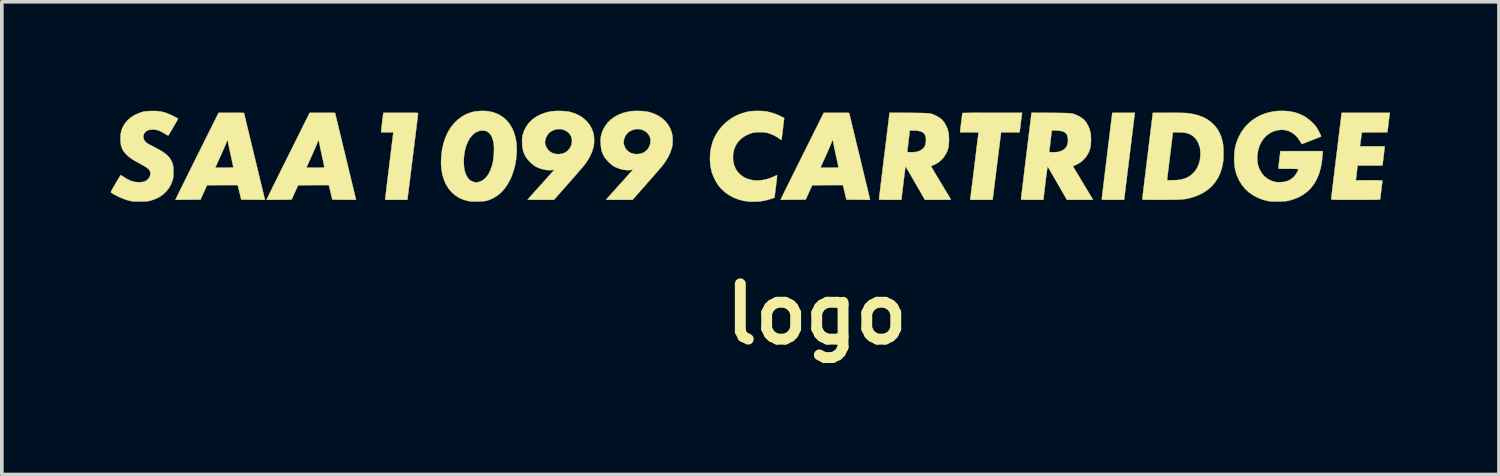
<source format=kicad_pcb>
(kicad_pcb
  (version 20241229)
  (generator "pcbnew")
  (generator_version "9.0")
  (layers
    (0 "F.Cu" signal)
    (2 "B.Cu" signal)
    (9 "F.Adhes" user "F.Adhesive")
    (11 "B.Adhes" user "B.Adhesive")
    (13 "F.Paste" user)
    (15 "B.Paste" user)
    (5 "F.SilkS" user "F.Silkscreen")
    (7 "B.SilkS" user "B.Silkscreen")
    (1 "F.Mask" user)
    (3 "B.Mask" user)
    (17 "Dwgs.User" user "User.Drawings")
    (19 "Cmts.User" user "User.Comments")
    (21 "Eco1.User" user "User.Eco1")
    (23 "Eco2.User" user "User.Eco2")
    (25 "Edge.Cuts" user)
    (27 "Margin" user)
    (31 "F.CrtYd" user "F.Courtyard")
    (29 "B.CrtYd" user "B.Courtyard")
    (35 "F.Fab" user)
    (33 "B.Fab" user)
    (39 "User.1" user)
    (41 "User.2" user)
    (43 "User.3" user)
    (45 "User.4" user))
  (footprint "logo"
    (layer "F.Cu")
    (at 19.451 5.604)
    (property "Reference" "logo" (at 0 0 0) (layer "F.SilkS") (effects (font (size 1.524 1.524) (thickness 0.3))))
    (attr through_hole)
    (fp_poly (pts (xy 8.469 -3.15) (xy 8.161 -3.15) (xy 8.07 -3.15) (xy 7.997 -3.15) (xy 7.942 -3.151) (xy 7.901 -3.153) (xy 7.874 -3.155) (xy 7.859 -3.158) (xy 7.853 -3.162) (xy 7.853 -3.162) (xy 7.854 -3.174) (xy 7.858 -3.204) (xy 7.863 -3.252) (xy 7.871 -3.317) (xy 7.881 -3.396) (xy 7.892 -3.49) (xy 7.905 -3.596) (xy 7.919 -3.713) (xy 7.934 -3.841) (xy 7.951 -3.977) (xy 7.969 -4.121) (xy 7.987 -4.271) (xy 7.998 -4.361) (xy 8.143 -5.547) (xy 8.764 -5.547) (xy 8.469 -3.15)) (stroke (width 0.01) (type solid)) (fill yes) (layer "F.SilkS"))
    (fp_poly (pts (xy -11.349 -5.547) (xy -11.257 -5.547) (xy -11.182 -5.547) (xy -11.122 -5.547) (xy -11.075 -5.546) (xy -11.041 -5.545) (xy -11.016 -5.543) (xy -10.999 -5.541) (xy -10.99 -5.538) (xy -10.985 -5.535) (xy -10.983 -5.53) (xy -10.983 -5.527) (xy -10.984 -5.515) (xy -10.988 -5.484) (xy -10.993 -5.436) (xy -11.001 -5.372) (xy -11.011 -5.295) (xy -11.022 -5.205) (xy -11.034 -5.105) (xy -11.047 -4.995) (xy -11.062 -4.877) (xy -11.077 -4.753) (xy -11.093 -4.624) (xy -11.109 -4.493) (xy -11.126 -4.359) (xy -11.143 -4.226) (xy -11.159 -4.094) (xy -11.175 -3.965) (xy -11.191 -3.841) (xy -11.205 -3.723) (xy -11.219 -3.613) (xy -11.232 -3.511) (xy -11.243 -3.421) (xy -11.253 -3.343) (xy -11.261 -3.279) (xy -11.268 -3.231) (xy -11.272 -3.199) (xy -11.273 -3.188) (xy -11.279 -3.15) (xy -11.887 -3.15) (xy -11.887 -3.172) (xy -11.886 -3.185) (xy -11.882 -3.216) (xy -11.877 -3.264) (xy -11.87 -3.327) (xy -11.861 -3.403) (xy -11.85 -3.49) (xy -11.839 -3.586) (xy -11.826 -3.69) (xy -11.813 -3.8) (xy -11.799 -3.915) (xy -11.784 -4.032) (xy -11.77 -4.149) (xy -11.756 -4.265) (xy -11.742 -4.378) (xy -11.729 -4.487) (xy -11.716 -4.589) (xy -11.705 -4.683) (xy -11.694 -4.767) (xy -11.685 -4.839) (xy -11.678 -4.897) (xy -11.672 -4.94) (xy -11.669 -4.966) (xy -11.668 -4.971) (xy -11.662 -5.009) (xy -11.999 -5.009) (xy -11.999 -5.038) (xy -11.998 -5.055) (xy -11.994 -5.09) (xy -11.989 -5.137) (xy -11.983 -5.193) (xy -11.976 -5.254) (xy -11.969 -5.317) (xy -11.961 -5.377) (xy -11.954 -5.432) (xy -11.948 -5.476) (xy -11.944 -5.508) (xy -11.943 -5.514) (xy -11.937 -5.547) (xy -11.46 -5.547) (xy -11.349 -5.547)) (stroke (width 0.01) (type solid)) (fill yes) (layer "F.SilkS"))
    (fp_poly (pts (xy 5.654 -5.519) (xy 5.651 -5.501) (xy 5.646 -5.466) (xy 5.64 -5.418) (xy 5.633 -5.36) (xy 5.625 -5.296) (xy 5.624 -5.283) (xy 5.616 -5.218) (xy 5.608 -5.158) (xy 5.602 -5.107) (xy 5.596 -5.068) (xy 5.593 -5.044) (xy 5.593 -5.042) (xy 5.587 -5.009) (xy 5.081 -5.009) (xy 5.075 -4.976) (xy 5.073 -4.961) (xy 5.069 -4.927) (xy 5.062 -4.877) (xy 5.054 -4.811) (xy 5.044 -4.73) (xy 5.032 -4.638) (xy 5.019 -4.534) (xy 5.005 -4.421) (xy 4.99 -4.3) (xy 4.974 -4.173) (xy 4.963 -4.084) (xy 4.947 -3.954) (xy 4.931 -3.828) (xy 4.916 -3.709) (xy 4.903 -3.599) (xy 4.89 -3.498) (xy 4.879 -3.409) (xy 4.869 -3.332) (xy 4.861 -3.27) (xy 4.855 -3.224) (xy 4.852 -3.196) (xy 4.851 -3.188) (xy 4.845 -3.15) (xy 4.227 -3.15) (xy 4.232 -3.178) (xy 4.234 -3.192) (xy 4.238 -3.224) (xy 4.245 -3.274) (xy 4.253 -3.34) (xy 4.263 -3.42) (xy 4.274 -3.512) (xy 4.287 -3.615) (xy 4.301 -3.728) (xy 4.316 -3.849) (xy 4.332 -3.976) (xy 4.344 -4.074) (xy 4.36 -4.206) (xy 4.375 -4.332) (xy 4.39 -4.451) (xy 4.403 -4.562) (xy 4.416 -4.663) (xy 4.427 -4.753) (xy 4.437 -4.829) (xy 4.445 -4.892) (xy 4.45 -4.938) (xy 4.454 -4.967) (xy 4.455 -4.976) (xy 4.461 -5.009) (xy 3.952 -5.009) (xy 3.952 -5.032) (xy 3.954 -5.048) (xy 3.957 -5.081) (xy 3.962 -5.129) (xy 3.969 -5.186) (xy 3.978 -5.252) (xy 3.983 -5.293) (xy 3.991 -5.361) (xy 3.999 -5.422) (xy 4.005 -5.473) (xy 4.01 -5.511) (xy 4.013 -5.534) (xy 4.013 -5.54) (xy 4.023 -5.541) (xy 4.052 -5.542) (xy 4.098 -5.543) (xy 4.16 -5.544) (xy 4.236 -5.545) (xy 4.325 -5.546) (xy 4.425 -5.546) (xy 4.534 -5.547) (xy 4.653 -5.547) (xy 4.777 -5.547) (xy 4.836 -5.547) (xy 5.659 -5.547) (xy 5.654 -5.519)) (stroke (width 0.01) (type solid)) (fill yes) (layer "F.SilkS"))
    (fp_poly (pts (xy -1.548 -5.597) (xy -1.467 -5.593) (xy -1.397 -5.585) (xy -1.379 -5.582) (xy -1.249 -5.552) (xy -1.114 -5.506) (xy -0.998 -5.454) (xy -0.953 -5.432) (xy -0.924 -5.417) (xy -0.906 -5.405) (xy -0.899 -5.394) (xy -0.897 -5.383) (xy -0.899 -5.371) (xy -0.901 -5.353) (xy -0.906 -5.317) (xy -0.912 -5.267) (xy -0.92 -5.206) (xy -0.928 -5.138) (xy -0.936 -5.07) (xy -0.945 -4.998) (xy -0.952 -4.934) (xy -0.959 -4.879) (xy -0.965 -4.836) (xy -0.969 -4.808) (xy -0.97 -4.798) (xy -0.979 -4.802) (xy -1 -4.815) (xy -1.031 -4.836) (xy -1.048 -4.848) (xy -1.165 -4.92) (xy -1.291 -4.973) (xy -1.347 -4.99) (xy -1.417 -5.004) (xy -1.499 -5.011) (xy -1.587 -5.013) (xy -1.673 -5.008) (xy -1.749 -4.998) (xy -1.779 -4.991) (xy -1.884 -4.954) (xy -1.983 -4.904) (xy -2.071 -4.842) (xy -2.145 -4.772) (xy -2.171 -4.74) (xy -2.232 -4.646) (xy -2.274 -4.546) (xy -2.299 -4.438) (xy -2.307 -4.319) (xy -2.307 -4.313) (xy -2.298 -4.197) (xy -2.271 -4.089) (xy -2.227 -3.992) (xy -2.167 -3.906) (xy -2.093 -3.833) (xy -2.005 -3.772) (xy -1.904 -3.726) (xy -1.791 -3.695) (xy -1.697 -3.682) (xy -1.605 -3.681) (xy -1.502 -3.692) (xy -1.394 -3.714) (xy -1.288 -3.746) (xy -1.188 -3.786) (xy -1.158 -3.8) (xy -1.126 -3.815) (xy -1.102 -3.825) (xy -1.091 -3.827) (xy -1.091 -3.827) (xy -1.091 -3.817) (xy -1.094 -3.788) (xy -1.098 -3.745) (xy -1.104 -3.688) (xy -1.112 -3.622) (xy -1.121 -3.547) (xy -1.125 -3.515) (xy -1.164 -3.207) (xy -1.235 -3.183) (xy -1.379 -3.14) (xy -1.518 -3.112) (xy -1.657 -3.099) (xy -1.804 -3.098) (xy -1.844 -3.1) (xy -1.996 -3.118) (xy -2.143 -3.154) (xy -2.282 -3.207) (xy -2.411 -3.276) (xy -2.53 -3.36) (xy -2.635 -3.458) (xy -2.688 -3.519) (xy -2.742 -3.595) (xy -2.794 -3.685) (xy -2.841 -3.781) (xy -2.879 -3.876) (xy -2.901 -3.947) (xy -2.931 -4.105) (xy -2.942 -4.267) (xy -2.935 -4.43) (xy -2.91 -4.591) (xy -2.866 -4.746) (xy -2.846 -4.8) (xy -2.778 -4.942) (xy -2.694 -5.073) (xy -2.595 -5.192) (xy -2.482 -5.298) (xy -2.357 -5.39) (xy -2.221 -5.467) (xy -2.076 -5.528) (xy -1.923 -5.571) (xy -1.866 -5.583) (xy -1.8 -5.591) (xy -1.721 -5.596) (xy -1.635 -5.598) (xy -1.548 -5.597)) (stroke (width 0.01) (type solid)) (fill yes) (layer "F.SilkS"))
    (fp_poly (pts (xy -9.082 -5.593) (xy -9.007 -5.583) (xy -8.877 -5.549) (xy -8.758 -5.498) (xy -8.65 -5.431) (xy -8.553 -5.347) (xy -8.469 -5.249) (xy -8.399 -5.136) (xy -8.342 -5.009) (xy -8.305 -4.889) (xy -8.277 -4.744) (xy -8.264 -4.59) (xy -8.266 -4.429) (xy -8.282 -4.265) (xy -8.311 -4.101) (xy -8.354 -3.941) (xy -8.409 -3.789) (xy -8.443 -3.713) (xy -8.517 -3.577) (xy -8.599 -3.458) (xy -8.688 -3.357) (xy -8.787 -3.273) (xy -8.895 -3.205) (xy -8.936 -3.185) (xy -8.994 -3.159) (xy -9.045 -3.139) (xy -9.094 -3.125) (xy -9.146 -3.115) (xy -9.205 -3.108) (xy -9.277 -3.105) (xy -9.342 -3.103) (xy -9.415 -3.102) (xy -9.472 -3.102) (xy -9.518 -3.104) (xy -9.557 -3.108) (xy -9.593 -3.114) (xy -9.611 -3.118) (xy -9.742 -3.156) (xy -9.861 -3.21) (xy -9.968 -3.28) (xy -10.063 -3.365) (xy -10.145 -3.464) (xy -10.214 -3.577) (xy -10.27 -3.702) (xy -10.311 -3.838) (xy -10.338 -3.986) (xy -10.35 -4.144) (xy -10.349 -4.201) (xy -9.724 -4.201) (xy -9.72 -4.086) (xy -9.707 -3.986) (xy -9.684 -3.899) (xy -9.662 -3.842) (xy -9.626 -3.775) (xy -9.589 -3.723) (xy -9.547 -3.686) (xy -9.495 -3.657) (xy -9.466 -3.646) (xy -9.423 -3.633) (xy -9.388 -3.628) (xy -9.35 -3.632) (xy -9.304 -3.642) (xy -9.225 -3.673) (xy -9.154 -3.723) (xy -9.09 -3.79) (xy -9.033 -3.875) (xy -8.984 -3.977) (xy -8.944 -4.096) (xy -8.921 -4.191) (xy -8.909 -4.262) (xy -8.9 -4.343) (xy -8.894 -4.43) (xy -8.891 -4.519) (xy -8.892 -4.602) (xy -8.896 -4.676) (xy -8.904 -4.735) (xy -8.931 -4.834) (xy -8.966 -4.914) (xy -9.012 -4.977) (xy -9.067 -5.023) (xy -9.131 -5.05) (xy -9.205 -5.059) (xy -9.207 -5.059) (xy -9.289 -5.05) (xy -9.366 -5.022) (xy -9.438 -4.976) (xy -9.503 -4.915) (xy -9.562 -4.838) (xy -9.612 -4.748) (xy -9.655 -4.646) (xy -9.688 -4.532) (xy -9.711 -4.409) (xy -9.723 -4.277) (xy -9.724 -4.201) (xy -10.349 -4.201) (xy -10.346 -4.312) (xy -10.344 -4.339) (xy -10.322 -4.523) (xy -10.284 -4.696) (xy -10.233 -4.855) (xy -10.168 -5.001) (xy -10.089 -5.133) (xy -9.996 -5.251) (xy -9.891 -5.354) (xy -9.79 -5.43) (xy -9.718 -5.475) (xy -9.65 -5.51) (xy -9.576 -5.54) (xy -9.501 -5.564) (xy -9.433 -5.58) (xy -9.35 -5.591) (xy -9.261 -5.597) (xy -9.169 -5.598) (xy -9.082 -5.593)) (stroke (width 0.01) (type solid)) (fill yes) (layer "F.SilkS"))
    (fp_poly (pts (xy 15.786 -5.519) (xy 15.783 -5.502) (xy 15.778 -5.467) (xy 15.772 -5.418) (xy 15.765 -5.359) (xy 15.757 -5.293) (xy 15.752 -5.25) (xy 15.723 -5.009) (xy 15.37 -5.009) (xy 15.287 -5.009) (xy 15.212 -5.008) (xy 15.145 -5.008) (xy 15.09 -5.007) (xy 15.049 -5.007) (xy 15.024 -5.006) (xy 15.016 -5.005) (xy 15.015 -4.993) (xy 15.012 -4.965) (xy 15.007 -4.925) (xy 15 -4.877) (xy 14.994 -4.825) (xy 14.987 -4.773) (xy 14.98 -4.727) (xy 14.975 -4.688) (xy 14.971 -4.662) (xy 14.97 -4.656) (xy 14.965 -4.623) (xy 15.646 -4.623) (xy 15.646 -4.601) (xy 15.645 -4.585) (xy 15.642 -4.553) (xy 15.637 -4.508) (xy 15.631 -4.454) (xy 15.624 -4.394) (xy 15.616 -4.332) (xy 15.609 -4.272) (xy 15.602 -4.217) (xy 15.596 -4.171) (xy 15.591 -4.138) (xy 15.59 -4.128) (xy 15.585 -4.094) (xy 14.905 -4.094) (xy 14.9 -4.072) (xy 14.897 -4.053) (xy 14.893 -4.019) (xy 14.887 -3.974) (xy 14.881 -3.922) (xy 14.879 -3.907) (xy 14.873 -3.851) (xy 14.867 -3.8) (xy 14.861 -3.758) (xy 14.858 -3.73) (xy 14.857 -3.726) (xy 14.851 -3.688) (xy 15.218 -3.688) (xy 15.328 -3.688) (xy 15.419 -3.687) (xy 15.49 -3.686) (xy 15.542 -3.684) (xy 15.574 -3.681) (xy 15.585 -3.678) (xy 15.585 -3.678) (xy 15.584 -3.665) (xy 15.581 -3.635) (xy 15.576 -3.591) (xy 15.569 -3.535) (xy 15.561 -3.471) (xy 15.555 -3.422) (xy 15.546 -3.353) (xy 15.539 -3.291) (xy 15.533 -3.238) (xy 15.528 -3.197) (xy 15.525 -3.171) (xy 15.524 -3.163) (xy 15.522 -3.161) (xy 15.512 -3.158) (xy 15.495 -3.156) (xy 15.469 -3.154) (xy 15.432 -3.153) (xy 15.383 -3.152) (xy 15.322 -3.151) (xy 15.245 -3.15) (xy 15.153 -3.15) (xy 15.045 -3.15) (xy 14.917 -3.15) (xy 14.849 -3.15) (xy 14.715 -3.15) (xy 14.6 -3.15) (xy 14.503 -3.15) (xy 14.421 -3.15) (xy 14.354 -3.151) (xy 14.3 -3.152) (xy 14.258 -3.153) (xy 14.227 -3.154) (xy 14.204 -3.156) (xy 14.189 -3.158) (xy 14.179 -3.16) (xy 14.175 -3.163) (xy 14.173 -3.166) (xy 14.173 -3.167) (xy 14.174 -3.18) (xy 14.178 -3.211) (xy 14.183 -3.259) (xy 14.191 -3.324) (xy 14.201 -3.405) (xy 14.212 -3.499) (xy 14.225 -3.605) (xy 14.239 -3.723) (xy 14.255 -3.851) (xy 14.271 -3.987) (xy 14.289 -4.131) (xy 14.307 -4.281) (xy 14.318 -4.366) (xy 14.463 -5.547) (xy 15.791 -5.547) (xy 15.786 -5.519)) (stroke (width 0.01) (type solid)) (fill yes) (layer "F.SilkS"))
    (fp_poly (pts (xy -16.047 -5.547) (xy -15.971 -5.547) (xy -15.905 -5.546) (xy -15.851 -5.545) (xy -15.81 -5.544) (xy -15.785 -5.543) (xy -15.778 -5.542) (xy -15.776 -5.532) (xy -15.769 -5.503) (xy -15.758 -5.457) (xy -15.743 -5.395) (xy -15.725 -5.318) (xy -15.703 -5.228) (xy -15.679 -5.126) (xy -15.651 -5.012) (xy -15.622 -4.889) (xy -15.59 -4.758) (xy -15.557 -4.62) (xy -15.522 -4.476) (xy -15.514 -4.442) (xy -15.478 -4.295) (xy -15.443 -4.151) (xy -15.41 -4.013) (xy -15.378 -3.882) (xy -15.349 -3.759) (xy -15.321 -3.646) (xy -15.297 -3.544) (xy -15.275 -3.454) (xy -15.257 -3.379) (xy -15.242 -3.319) (xy -15.232 -3.275) (xy -15.226 -3.25) (xy -15.225 -3.249) (xy -15.202 -3.149) (xy -15.854 -3.155) (xy -15.902 -3.353) (xy -15.917 -3.413) (xy -15.93 -3.466) (xy -15.94 -3.509) (xy -15.947 -3.539) (xy -15.951 -3.553) (xy -15.951 -3.554) (xy -15.961 -3.554) (xy -15.989 -3.554) (xy -16.033 -3.555) (xy -16.091 -3.555) (xy -16.161 -3.555) (xy -16.241 -3.554) (xy -16.329 -3.554) (xy -16.374 -3.554) (xy -16.798 -3.551) (xy -16.887 -3.353) (xy -16.976 -3.155) (xy -17.322 -3.152) (xy -17.668 -3.149) (xy -17.603 -3.284) (xy -17.59 -3.311) (xy -17.569 -3.355) (xy -17.539 -3.414) (xy -17.503 -3.487) (xy -17.46 -3.574) (xy -17.412 -3.671) (xy -17.358 -3.78) (xy -17.3 -3.897) (xy -17.238 -4.021) (xy -17.232 -4.034) (xy -16.57 -4.034) (xy -16.321 -4.034) (xy -16.24 -4.034) (xy -16.178 -4.035) (xy -16.131 -4.036) (xy -16.1 -4.038) (xy -16.081 -4.041) (xy -16.074 -4.045) (xy -16.073 -4.046) (xy -16.075 -4.059) (xy -16.081 -4.089) (xy -16.091 -4.134) (xy -16.103 -4.19) (xy -16.117 -4.255) (xy -16.132 -4.327) (xy -16.133 -4.33) (xy -16.15 -4.408) (xy -16.167 -4.486) (xy -16.182 -4.558) (xy -16.195 -4.622) (xy -16.206 -4.674) (xy -16.211 -4.704) (xy -16.219 -4.745) (xy -16.227 -4.777) (xy -16.233 -4.796) (xy -16.236 -4.798) (xy -16.242 -4.785) (xy -16.253 -4.759) (xy -16.266 -4.725) (xy -16.266 -4.724) (xy -16.276 -4.697) (xy -16.294 -4.655) (xy -16.317 -4.601) (xy -16.344 -4.538) (xy -16.375 -4.469) (xy -16.406 -4.399) (xy -16.438 -4.329) (xy -16.468 -4.262) (xy -16.495 -4.201) (xy -16.518 -4.149) (xy -16.536 -4.11) (xy -16.546 -4.087) (xy -16.546 -4.087) (xy -16.57 -4.034) (xy -17.232 -4.034) (xy -17.173 -4.152) (xy -17.106 -4.288) (xy -17.036 -4.428) (xy -17.009 -4.483) (xy -16.479 -5.547) (xy -16.129 -5.547) (xy -16.047 -5.547)) (stroke (width 0.01) (type solid)) (fill yes) (layer "F.SilkS"))
    (fp_poly (pts (xy -13.537 -5.547) (xy -13.462 -5.547) (xy -13.396 -5.546) (xy -13.341 -5.545) (xy -13.3 -5.544) (xy -13.276 -5.543) (xy -13.269 -5.542) (xy -13.267 -5.532) (xy -13.26 -5.503) (xy -13.249 -5.457) (xy -13.234 -5.395) (xy -13.216 -5.318) (xy -13.194 -5.228) (xy -13.169 -5.126) (xy -13.142 -5.012) (xy -13.112 -4.889) (xy -13.081 -4.758) (xy -13.047 -4.62) (xy -13.012 -4.476) (xy -13.004 -4.442) (xy -12.968 -4.295) (xy -12.934 -4.151) (xy -12.9 -4.013) (xy -12.869 -3.882) (xy -12.839 -3.759) (xy -12.812 -3.646) (xy -12.787 -3.544) (xy -12.765 -3.454) (xy -12.747 -3.379) (xy -12.733 -3.319) (xy -12.722 -3.275) (xy -12.716 -3.25) (xy -12.716 -3.249) (xy -12.692 -3.149) (xy -13.344 -3.155) (xy -13.392 -3.353) (xy -13.407 -3.413) (xy -13.42 -3.466) (xy -13.431 -3.509) (xy -13.438 -3.539) (xy -13.441 -3.553) (xy -13.441 -3.554) (xy -13.451 -3.554) (xy -13.479 -3.554) (xy -13.523 -3.555) (xy -13.582 -3.555) (xy -13.652 -3.555) (xy -13.732 -3.554) (xy -13.819 -3.554) (xy -13.865 -3.554) (xy -14.288 -3.551) (xy -14.377 -3.353) (xy -14.467 -3.155) (xy -14.812 -3.152) (xy -15.158 -3.149) (xy -15.093 -3.284) (xy -15.08 -3.311) (xy -15.059 -3.355) (xy -15.03 -3.414) (xy -14.994 -3.487) (xy -14.951 -3.574) (xy -14.902 -3.671) (xy -14.849 -3.78) (xy -14.791 -3.897) (xy -14.729 -4.021) (xy -14.723 -4.034) (xy -14.06 -4.034) (xy -13.812 -4.034) (xy -13.731 -4.034) (xy -13.668 -4.035) (xy -13.622 -4.036) (xy -13.59 -4.038) (xy -13.572 -4.041) (xy -13.564 -4.045) (xy -13.564 -4.046) (xy -13.566 -4.059) (xy -13.572 -4.089) (xy -13.581 -4.134) (xy -13.593 -4.19) (xy -13.607 -4.255) (xy -13.623 -4.327) (xy -13.624 -4.33) (xy -13.641 -4.408) (xy -13.657 -4.486) (xy -13.673 -4.558) (xy -13.686 -4.622) (xy -13.696 -4.674) (xy -13.702 -4.704) (xy -13.71 -4.745) (xy -13.717 -4.777) (xy -13.723 -4.796) (xy -13.726 -4.798) (xy -13.733 -4.785) (xy -13.744 -4.759) (xy -13.756 -4.725) (xy -13.756 -4.724) (xy -13.767 -4.697) (xy -13.784 -4.655) (xy -13.808 -4.601) (xy -13.835 -4.538) (xy -13.865 -4.469) (xy -13.896 -4.399) (xy -13.928 -4.329) (xy -13.958 -4.262) (xy -13.986 -4.201) (xy -14.009 -4.149) (xy -14.026 -4.11) (xy -14.037 -4.087) (xy -14.037 -4.087) (xy -14.06 -4.034) (xy -14.723 -4.034) (xy -14.664 -4.152) (xy -14.596 -4.288) (xy -14.527 -4.428) (xy -14.499 -4.483) (xy -13.969 -5.547) (xy -13.619 -5.547) (xy -13.537 -5.547)) (stroke (width 0.01) (type solid)) (fill yes) (layer "F.SilkS"))
    (fp_poly (pts (xy 0.626 -5.547) (xy 0.701 -5.547) (xy 0.767 -5.546) (xy 0.822 -5.545) (xy 0.863 -5.544) (xy 0.887 -5.543) (xy 0.894 -5.542) (xy 0.896 -5.532) (xy 0.903 -5.503) (xy 0.914 -5.457) (xy 0.929 -5.395) (xy 0.948 -5.318) (xy 0.969 -5.228) (xy 0.994 -5.126) (xy 1.021 -5.012) (xy 1.051 -4.889) (xy 1.082 -4.758) (xy 1.116 -4.62) (xy 1.151 -4.476) (xy 1.159 -4.442) (xy 1.195 -4.295) (xy 1.229 -4.151) (xy 1.263 -4.013) (xy 1.294 -3.882) (xy 1.324 -3.759) (xy 1.351 -3.646) (xy 1.376 -3.544) (xy 1.398 -3.454) (xy 1.416 -3.379) (xy 1.43 -3.319) (xy 1.441 -3.275) (xy 1.447 -3.25) (xy 1.447 -3.249) (xy 1.471 -3.149) (xy 0.819 -3.155) (xy 0.771 -3.353) (xy 0.756 -3.413) (xy 0.743 -3.466) (xy 0.733 -3.509) (xy 0.725 -3.539) (xy 0.722 -3.553) (xy 0.722 -3.554) (xy 0.712 -3.554) (xy 0.684 -3.554) (xy 0.64 -3.555) (xy 0.581 -3.555) (xy 0.511 -3.555) (xy 0.431 -3.554) (xy 0.344 -3.554) (xy 0.298 -3.554) (xy -0.125 -3.551) (xy -0.214 -3.353) (xy -0.304 -3.155) (xy -0.649 -3.152) (xy -0.995 -3.149) (xy -0.93 -3.284) (xy -0.917 -3.311) (xy -0.896 -3.355) (xy -0.867 -3.414) (xy -0.831 -3.487) (xy -0.788 -3.574) (xy -0.739 -3.671) (xy -0.686 -3.78) (xy -0.628 -3.897) (xy -0.566 -4.021) (xy -0.56 -4.034) (xy 0.103 -4.034) (xy 0.351 -4.034) (xy 0.432 -4.034) (xy 0.495 -4.035) (xy 0.541 -4.036) (xy 0.573 -4.038) (xy 0.591 -4.041) (xy 0.599 -4.045) (xy 0.599 -4.046) (xy 0.597 -4.059) (xy 0.591 -4.089) (xy 0.582 -4.134) (xy 0.57 -4.19) (xy 0.556 -4.255) (xy 0.54 -4.327) (xy 0.539 -4.33) (xy 0.522 -4.408) (xy 0.506 -4.486) (xy 0.49 -4.558) (xy 0.477 -4.622) (xy 0.467 -4.674) (xy 0.461 -4.704) (xy 0.453 -4.745) (xy 0.446 -4.777) (xy 0.44 -4.796) (xy 0.437 -4.798) (xy 0.43 -4.785) (xy 0.419 -4.759) (xy 0.407 -4.725) (xy 0.407 -4.724) (xy 0.396 -4.697) (xy 0.379 -4.655) (xy 0.356 -4.601) (xy 0.328 -4.538) (xy 0.298 -4.469) (xy 0.267 -4.399) (xy 0.235 -4.329) (xy 0.205 -4.262) (xy 0.177 -4.201) (xy 0.154 -4.149) (xy 0.137 -4.11) (xy 0.126 -4.087) (xy 0.126 -4.087) (xy 0.103 -4.034) (xy -0.56 -4.034) (xy -0.501 -4.152) (xy -0.433 -4.288) (xy -0.364 -4.428) (xy -0.336 -4.483) (xy 0.194 -5.547) (xy 0.544 -5.547) (xy 0.626 -5.547)) (stroke (width 0.01) (type solid)) (fill yes) (layer "F.SilkS"))
    (fp_poly (pts (xy -7.055 -5.597) (xy -6.959 -5.592) (xy -6.869 -5.583) (xy -6.792 -5.569) (xy -6.776 -5.565) (xy -6.644 -5.521) (xy -6.525 -5.463) (xy -6.42 -5.392) (xy -6.329 -5.307) (xy -6.254 -5.211) (xy -6.195 -5.103) (xy -6.156 -4.993) (xy -6.141 -4.919) (xy -6.133 -4.833) (xy -6.133 -4.743) (xy -6.14 -4.656) (xy -6.155 -4.58) (xy -6.2 -4.448) (xy -6.262 -4.317) (xy -6.343 -4.187) (xy -6.403 -4.106) (xy -6.42 -4.085) (xy -6.448 -4.051) (xy -6.488 -4.005) (xy -6.536 -3.949) (xy -6.593 -3.884) (xy -6.656 -3.812) (xy -6.723 -3.734) (xy -6.795 -3.653) (xy -6.847 -3.593) (xy -7.238 -3.15) (xy -7.602 -3.15) (xy -7.685 -3.15) (xy -7.762 -3.15) (xy -7.83 -3.15) (xy -7.887 -3.151) (xy -7.93 -3.152) (xy -7.957 -3.153) (xy -7.965 -3.154) (xy -7.959 -3.162) (xy -7.94 -3.183) (xy -7.91 -3.218) (xy -7.87 -3.263) (xy -7.821 -3.317) (xy -7.765 -3.38) (xy -7.702 -3.449) (xy -7.635 -3.524) (xy -7.596 -3.568) (xy -7.526 -3.645) (xy -7.461 -3.717) (xy -7.402 -3.784) (xy -7.349 -3.843) (xy -7.304 -3.893) (xy -7.268 -3.933) (xy -7.243 -3.961) (xy -7.23 -3.977) (xy -7.228 -3.979) (xy -7.237 -3.978) (xy -7.261 -3.975) (xy -7.288 -3.97) (xy -7.358 -3.965) (xy -7.44 -3.971) (xy -7.527 -3.987) (xy -7.614 -4.011) (xy -7.696 -4.043) (xy -7.752 -4.071) (xy -7.804 -4.107) (xy -7.861 -4.155) (xy -7.917 -4.21) (xy -7.968 -4.267) (xy -8.008 -4.321) (xy -8.019 -4.338) (xy -8.056 -4.41) (xy -8.083 -4.481) (xy -8.101 -4.556) (xy -8.112 -4.642) (xy -8.115 -4.71) (xy -8.116 -4.746) (xy -7.486 -4.746) (xy -7.485 -4.712) (xy -7.477 -4.674) (xy -7.474 -4.662) (xy -7.443 -4.585) (xy -7.397 -4.52) (xy -7.338 -4.469) (xy -7.269 -4.432) (xy -7.19 -4.412) (xy -7.105 -4.407) (xy -7.013 -4.42) (xy -6.995 -4.425) (xy -6.923 -4.455) (xy -6.859 -4.502) (xy -6.808 -4.562) (xy -6.769 -4.634) (xy -6.747 -4.714) (xy -6.747 -4.714) (xy -6.743 -4.797) (xy -6.758 -4.873) (xy -6.791 -4.942) (xy -6.842 -5.002) (xy -6.883 -5.034) (xy -6.96 -5.074) (xy -7.043 -5.096) (xy -7.129 -5.098) (xy -7.198 -5.087) (xy -7.284 -5.054) (xy -7.356 -5.008) (xy -7.412 -4.948) (xy -7.454 -4.874) (xy -7.48 -4.789) (xy -7.48 -4.787) (xy -7.486 -4.746) (xy -8.116 -4.746) (xy -8.117 -4.773) (xy -8.117 -4.821) (xy -8.114 -4.86) (xy -8.108 -4.896) (xy -8.1 -4.935) (xy -8.099 -4.939) (xy -8.059 -5.059) (xy -8.001 -5.169) (xy -7.928 -5.269) (xy -7.839 -5.357) (xy -7.735 -5.433) (xy -7.618 -5.496) (xy -7.488 -5.545) (xy -7.347 -5.58) (xy -7.324 -5.584) (xy -7.244 -5.593) (xy -7.152 -5.598) (xy -7.055 -5.597)) (stroke (width 0.01) (type solid)) (fill yes) (layer "F.SilkS"))
    (fp_poly (pts (xy -4.891 -5.597) (xy -4.795 -5.592) (xy -4.705 -5.583) (xy -4.628 -5.569) (xy -4.611 -5.565) (xy -4.479 -5.521) (xy -4.361 -5.463) (xy -4.255 -5.392) (xy -4.165 -5.307) (xy -4.09 -5.211) (xy -4.031 -5.103) (xy -3.992 -4.993) (xy -3.977 -4.919) (xy -3.969 -4.833) (xy -3.969 -4.743) (xy -3.976 -4.656) (xy -3.991 -4.58) (xy -4.036 -4.448) (xy -4.098 -4.317) (xy -4.179 -4.187) (xy -4.239 -4.106) (xy -4.255 -4.085) (xy -4.284 -4.051) (xy -4.324 -4.005) (xy -4.372 -3.949) (xy -4.429 -3.884) (xy -4.491 -3.812) (xy -4.559 -3.734) (xy -4.631 -3.653) (xy -4.683 -3.593) (xy -5.074 -3.15) (xy -5.438 -3.15) (xy -5.521 -3.15) (xy -5.598 -3.15) (xy -5.666 -3.15) (xy -5.723 -3.151) (xy -5.765 -3.152) (xy -5.792 -3.153) (xy -5.801 -3.154) (xy -5.795 -3.162) (xy -5.776 -3.183) (xy -5.746 -3.218) (xy -5.706 -3.263) (xy -5.657 -3.317) (xy -5.601 -3.38) (xy -5.538 -3.449) (xy -5.471 -3.524) (xy -5.432 -3.568) (xy -5.362 -3.645) (xy -5.297 -3.717) (xy -5.238 -3.784) (xy -5.185 -3.843) (xy -5.14 -3.893) (xy -5.104 -3.933) (xy -5.079 -3.961) (xy -5.065 -3.977) (xy -5.064 -3.979) (xy -5.073 -3.978) (xy -5.097 -3.975) (xy -5.124 -3.97) (xy -5.194 -3.965) (xy -5.276 -3.971) (xy -5.363 -3.987) (xy -5.45 -4.011) (xy -5.532 -4.043) (xy -5.588 -4.071) (xy -5.64 -4.107) (xy -5.696 -4.155) (xy -5.753 -4.21) (xy -5.804 -4.267) (xy -5.844 -4.321) (xy -5.855 -4.338) (xy -5.892 -4.41) (xy -5.919 -4.481) (xy -5.937 -4.556) (xy -5.948 -4.642) (xy -5.951 -4.71) (xy -5.952 -4.746) (xy -5.322 -4.746) (xy -5.321 -4.712) (xy -5.313 -4.674) (xy -5.31 -4.662) (xy -5.279 -4.585) (xy -5.233 -4.52) (xy -5.174 -4.469) (xy -5.105 -4.432) (xy -5.026 -4.412) (xy -4.94 -4.407) (xy -4.849 -4.42) (xy -4.831 -4.425) (xy -4.759 -4.455) (xy -4.695 -4.502) (xy -4.644 -4.562) (xy -4.605 -4.634) (xy -4.583 -4.714) (xy -4.583 -4.714) (xy -4.579 -4.797) (xy -4.594 -4.873) (xy -4.627 -4.942) (xy -4.678 -5.002) (xy -4.719 -5.034) (xy -4.796 -5.074) (xy -4.879 -5.096) (xy -4.965 -5.098) (xy -5.034 -5.087) (xy -5.12 -5.054) (xy -5.192 -5.008) (xy -5.248 -4.948) (xy -5.29 -4.874) (xy -5.315 -4.789) (xy -5.316 -4.787) (xy -5.322 -4.746) (xy -5.952 -4.746) (xy -5.953 -4.773) (xy -5.952 -4.821) (xy -5.95 -4.86) (xy -5.944 -4.896) (xy -5.936 -4.935) (xy -5.935 -4.939) (xy -5.895 -5.059) (xy -5.837 -5.169) (xy -5.764 -5.269) (xy -5.675 -5.357) (xy -5.571 -5.433) (xy -5.454 -5.496) (xy -5.324 -5.545) (xy -5.183 -5.58) (xy -5.16 -5.584) (xy -5.08 -5.593) (xy -4.988 -5.598) (xy -4.891 -5.597)) (stroke (width 0.01) (type solid)) (fill yes) (layer "F.SilkS"))
    (fp_poly (pts (xy 9.797 -5.547) (xy 9.892 -5.546) (xy 9.98 -5.545) (xy 10.058 -5.544) (xy 10.125 -5.542) (xy 10.178 -5.54) (xy 10.214 -5.537) (xy 10.221 -5.537) (xy 10.377 -5.511) (xy 10.516 -5.475) (xy 10.641 -5.428) (xy 10.753 -5.369) (xy 10.855 -5.297) (xy 10.947 -5.211) (xy 10.949 -5.209) (xy 11.031 -5.109) (xy 11.097 -4.998) (xy 11.148 -4.873) (xy 11.184 -4.735) (xy 11.191 -4.7) (xy 11.198 -4.647) (xy 11.202 -4.579) (xy 11.205 -4.502) (xy 11.206 -4.421) (xy 11.205 -4.341) (xy 11.203 -4.267) (xy 11.198 -4.206) (xy 11.196 -4.19) (xy 11.164 -4.031) (xy 11.117 -3.885) (xy 11.053 -3.75) (xy 10.973 -3.628) (xy 10.877 -3.518) (xy 10.767 -3.422) (xy 10.641 -3.339) (xy 10.501 -3.27) (xy 10.347 -3.216) (xy 10.311 -3.206) (xy 10.265 -3.194) (xy 10.221 -3.184) (xy 10.176 -3.175) (xy 10.129 -3.168) (xy 10.077 -3.163) (xy 10.018 -3.158) (xy 9.951 -3.155) (xy 9.873 -3.153) (xy 9.782 -3.151) (xy 9.676 -3.15) (xy 9.553 -3.15) (xy 9.479 -3.15) (xy 9.364 -3.15) (xy 9.268 -3.15) (xy 9.189 -3.15) (xy 9.125 -3.151) (xy 9.075 -3.151) (xy 9.037 -3.153) (xy 9.01 -3.154) (xy 8.991 -3.156) (xy 8.98 -3.159) (xy 8.973 -3.162) (xy 8.971 -3.165) (xy 8.971 -3.167) (xy 8.972 -3.18) (xy 8.976 -3.211) (xy 8.981 -3.259) (xy 8.989 -3.324) (xy 8.999 -3.405) (xy 9.01 -3.499) (xy 9.023 -3.605) (xy 9.033 -3.692) (xy 9.652 -3.692) (xy 9.662 -3.689) (xy 9.687 -3.687) (xy 9.726 -3.687) (xy 9.774 -3.687) (xy 9.827 -3.689) (xy 9.881 -3.691) (xy 9.932 -3.694) (xy 9.978 -3.698) (xy 10.013 -3.702) (xy 10.026 -3.704) (xy 10.143 -3.737) (xy 10.246 -3.785) (xy 10.336 -3.849) (xy 10.413 -3.927) (xy 10.476 -4.021) (xy 10.525 -4.129) (xy 10.547 -4.201) (xy 10.56 -4.267) (xy 10.568 -4.344) (xy 10.571 -4.425) (xy 10.568 -4.504) (xy 10.559 -4.573) (xy 10.553 -4.602) (xy 10.516 -4.707) (xy 10.467 -4.797) (xy 10.419 -4.855) (xy 10.364 -4.906) (xy 10.303 -4.946) (xy 10.236 -4.975) (xy 10.158 -4.995) (xy 10.066 -5.006) (xy 9.961 -5.009) (xy 9.815 -5.009) (xy 9.81 -4.976) (xy 9.808 -4.962) (xy 9.804 -4.93) (xy 9.798 -4.882) (xy 9.79 -4.821) (xy 9.781 -4.749) (xy 9.771 -4.667) (xy 9.76 -4.577) (xy 9.748 -4.483) (xy 9.736 -4.385) (xy 9.724 -4.286) (xy 9.712 -4.188) (xy 9.7 -4.093) (xy 9.689 -4.004) (xy 9.679 -3.921) (xy 9.671 -3.848) (xy 9.663 -3.787) (xy 9.657 -3.739) (xy 9.654 -3.707) (xy 9.652 -3.693) (xy 9.652 -3.692) (xy 9.033 -3.692) (xy 9.037 -3.723) (xy 9.053 -3.851) (xy 9.069 -3.987) (xy 9.087 -4.131) (xy 9.105 -4.281) (xy 9.116 -4.366) (xy 9.261 -5.547) (xy 9.698 -5.547) (xy 9.797 -5.547)) (stroke (width 0.01) (type solid)) (fill yes) (layer "F.SilkS"))
    (fp_poly (pts (xy 2.535 -5.545) (xy 2.66 -5.544) (xy 2.767 -5.543) (xy 2.857 -5.541) (xy 2.933 -5.54) (xy 2.996 -5.537) (xy 3.049 -5.534) (xy 3.093 -5.529) (xy 3.131 -5.523) (xy 3.164 -5.516) (xy 3.194 -5.506) (xy 3.223 -5.495) (xy 3.254 -5.481) (xy 3.288 -5.465) (xy 3.298 -5.46) (xy 3.383 -5.412) (xy 3.453 -5.355) (xy 3.51 -5.286) (xy 3.56 -5.2) (xy 3.561 -5.199) (xy 3.6 -5.109) (xy 3.626 -5.02) (xy 3.641 -4.924) (xy 3.645 -4.818) (xy 3.644 -4.765) (xy 3.639 -4.682) (xy 3.631 -4.613) (xy 3.617 -4.553) (xy 3.598 -4.495) (xy 3.57 -4.434) (xy 3.569 -4.433) (xy 3.51 -4.334) (xy 3.435 -4.248) (xy 3.347 -4.175) (xy 3.247 -4.119) (xy 3.222 -4.109) (xy 3.188 -4.094) (xy 3.162 -4.081) (xy 3.15 -4.073) (xy 3.15 -4.073) (xy 3.155 -4.063) (xy 3.169 -4.037) (xy 3.193 -3.998) (xy 3.224 -3.946) (xy 3.261 -3.883) (xy 3.304 -3.811) (xy 3.352 -3.732) (xy 3.403 -3.646) (xy 3.424 -3.612) (xy 3.477 -3.525) (xy 3.526 -3.443) (xy 3.571 -3.368) (xy 3.611 -3.302) (xy 3.644 -3.246) (xy 3.67 -3.202) (xy 3.689 -3.171) (xy 3.697 -3.156) (xy 3.698 -3.154) (xy 3.688 -3.153) (xy 3.661 -3.152) (xy 3.617 -3.151) (xy 3.56 -3.151) (xy 3.492 -3.15) (xy 3.415 -3.15) (xy 3.34 -3.15) (xy 2.981 -3.15) (xy 2.718 -3.607) (xy 2.667 -3.696) (xy 2.62 -3.778) (xy 2.576 -3.854) (xy 2.537 -3.921) (xy 2.504 -3.977) (xy 2.478 -4.021) (xy 2.46 -4.052) (xy 2.45 -4.067) (xy 2.449 -4.069) (xy 2.447 -4.06) (xy 2.442 -4.033) (xy 2.436 -3.989) (xy 2.428 -3.931) (xy 2.419 -3.861) (xy 2.409 -3.781) (xy 2.398 -3.693) (xy 2.388 -3.611) (xy 2.332 -3.15) (xy 2.025 -3.15) (xy 1.934 -3.15) (xy 1.861 -3.15) (xy 1.805 -3.151) (xy 1.764 -3.153) (xy 1.737 -3.155) (xy 1.722 -3.158) (xy 1.717 -3.162) (xy 1.717 -3.162) (xy 1.718 -3.174) (xy 1.721 -3.204) (xy 1.727 -3.252) (xy 1.734 -3.317) (xy 1.744 -3.396) (xy 1.755 -3.49) (xy 1.768 -3.596) (xy 1.782 -3.713) (xy 1.798 -3.841) (xy 1.814 -3.977) (xy 1.832 -4.121) (xy 1.85 -4.271) (xy 1.861 -4.362) (xy 1.875 -4.47) (xy 2.492 -4.47) (xy 2.498 -4.465) (xy 2.515 -4.462) (xy 2.544 -4.461) (xy 2.59 -4.46) (xy 2.595 -4.46) (xy 2.646 -4.461) (xy 2.697 -4.464) (xy 2.739 -4.469) (xy 2.755 -4.472) (xy 2.833 -4.496) (xy 2.898 -4.534) (xy 2.95 -4.583) (xy 2.977 -4.624) (xy 2.998 -4.683) (xy 3.009 -4.751) (xy 3.009 -4.824) (xy 2.999 -4.892) (xy 2.981 -4.943) (xy 2.95 -4.985) (xy 2.903 -5.018) (xy 2.838 -5.041) (xy 2.756 -5.055) (xy 2.657 -5.06) (xy 2.564 -5.06) (xy 2.531 -4.778) (xy 2.522 -4.704) (xy 2.514 -4.635) (xy 2.507 -4.576) (xy 2.5 -4.528) (xy 2.496 -4.495) (xy 2.493 -4.479) (xy 2.493 -4.478) (xy 2.492 -4.47) (xy 1.875 -4.47) (xy 2.007 -5.548) (xy 2.535 -5.545)) (stroke (width 0.01) (type solid)) (fill yes) (layer "F.SilkS"))
    (fp_poly (pts (xy 6.447 -5.545) (xy 6.572 -5.544) (xy 6.678 -5.543) (xy 6.769 -5.541) (xy 6.844 -5.54) (xy 6.908 -5.537) (xy 6.961 -5.534) (xy 7.005 -5.529) (xy 7.042 -5.523) (xy 7.075 -5.516) (xy 7.106 -5.506) (xy 7.135 -5.495) (xy 7.166 -5.481) (xy 7.2 -5.465) (xy 7.21 -5.46) (xy 7.295 -5.412) (xy 7.364 -5.355) (xy 7.422 -5.286) (xy 7.472 -5.2) (xy 7.473 -5.199) (xy 7.512 -5.109) (xy 7.538 -5.02) (xy 7.553 -4.924) (xy 7.557 -4.818) (xy 7.556 -4.765) (xy 7.551 -4.682) (xy 7.542 -4.613) (xy 7.529 -4.553) (xy 7.509 -4.495) (xy 7.482 -4.434) (xy 7.481 -4.433) (xy 7.422 -4.334) (xy 7.347 -4.248) (xy 7.259 -4.175) (xy 7.159 -4.119) (xy 7.134 -4.109) (xy 7.099 -4.094) (xy 7.074 -4.081) (xy 7.062 -4.073) (xy 7.061 -4.073) (xy 7.066 -4.063) (xy 7.081 -4.037) (xy 7.104 -3.998) (xy 7.135 -3.946) (xy 7.173 -3.883) (xy 7.216 -3.811) (xy 7.263 -3.732) (xy 7.315 -3.646) (xy 7.336 -3.612) (xy 7.388 -3.525) (xy 7.437 -3.443) (xy 7.482 -3.368) (xy 7.522 -3.302) (xy 7.556 -3.246) (xy 7.582 -3.202) (xy 7.6 -3.171) (xy 7.609 -3.156) (xy 7.61 -3.154) (xy 7.6 -3.153) (xy 7.572 -3.152) (xy 7.529 -3.151) (xy 7.472 -3.151) (xy 7.404 -3.15) (xy 7.327 -3.15) (xy 7.251 -3.15) (xy 6.893 -3.15) (xy 6.63 -3.607) (xy 6.579 -3.696) (xy 6.531 -3.778) (xy 6.487 -3.854) (xy 6.449 -3.921) (xy 6.416 -3.977) (xy 6.39 -4.021) (xy 6.371 -4.052) (xy 6.362 -4.067) (xy 6.361 -4.069) (xy 6.358 -4.06) (xy 6.354 -4.033) (xy 6.348 -3.989) (xy 6.34 -3.931) (xy 6.331 -3.861) (xy 6.32 -3.781) (xy 6.309 -3.693) (xy 6.299 -3.611) (xy 6.244 -3.15) (xy 5.936 -3.15) (xy 5.845 -3.15) (xy 5.772 -3.15) (xy 5.717 -3.151) (xy 5.676 -3.153) (xy 5.649 -3.155) (xy 5.634 -3.158) (xy 5.628 -3.162) (xy 5.628 -3.162) (xy 5.629 -3.174) (xy 5.633 -3.204) (xy 5.638 -3.252) (xy 5.646 -3.317) (xy 5.656 -3.396) (xy 5.667 -3.49) (xy 5.68 -3.596) (xy 5.694 -3.713) (xy 5.709 -3.841) (xy 5.726 -3.977) (xy 5.743 -4.121) (xy 5.762 -4.271) (xy 5.773 -4.362) (xy 5.786 -4.47) (xy 6.404 -4.47) (xy 6.41 -4.465) (xy 6.426 -4.462) (xy 6.456 -4.461) (xy 6.502 -4.46) (xy 6.506 -4.46) (xy 6.558 -4.461) (xy 6.608 -4.464) (xy 6.65 -4.469) (xy 6.667 -4.472) (xy 6.744 -4.496) (xy 6.81 -4.534) (xy 6.862 -4.583) (xy 6.889 -4.624) (xy 6.91 -4.683) (xy 6.921 -4.751) (xy 6.921 -4.824) (xy 6.91 -4.892) (xy 6.893 -4.943) (xy 6.862 -4.985) (xy 6.815 -5.018) (xy 6.75 -5.041) (xy 6.668 -5.055) (xy 6.568 -5.06) (xy 6.476 -5.06) (xy 6.443 -4.778) (xy 6.434 -4.704) (xy 6.426 -4.635) (xy 6.418 -4.576) (xy 6.412 -4.528) (xy 6.407 -4.495) (xy 6.405 -4.479) (xy 6.404 -4.478) (xy 6.404 -4.47) (xy 5.786 -4.47) (xy 5.918 -5.548) (xy 6.447 -5.545)) (stroke (width 0.01) (type solid)) (fill yes) (layer "F.SilkS"))
    (fp_poly (pts (xy 13.034 -5.586) (xy 13.18 -5.556) (xy 13.315 -5.509) (xy 13.441 -5.446) (xy 13.46 -5.435) (xy 13.515 -5.397) (xy 13.576 -5.348) (xy 13.638 -5.293) (xy 13.694 -5.237) (xy 13.742 -5.183) (xy 13.769 -5.148) (xy 13.787 -5.12) (xy 13.807 -5.083) (xy 13.83 -5.041) (xy 13.852 -4.999) (xy 13.871 -4.958) (xy 13.887 -4.925) (xy 13.896 -4.902) (xy 13.897 -4.893) (xy 13.887 -4.888) (xy 13.861 -4.878) (xy 13.823 -4.863) (xy 13.774 -4.843) (xy 13.718 -4.822) (xy 13.658 -4.798) (xy 13.598 -4.775) (xy 13.539 -4.752) (xy 13.486 -4.732) (xy 13.441 -4.714) (xy 13.425 -4.708) (xy 13.363 -4.685) (xy 13.317 -4.763) (xy 13.251 -4.86) (xy 13.175 -4.94) (xy 13.09 -5.003) (xy 12.998 -5.046) (xy 12.899 -5.072) (xy 12.795 -5.078) (xy 12.689 -5.065) (xy 12.582 -5.034) (xy 12.483 -4.985) (xy 12.395 -4.921) (xy 12.318 -4.842) (xy 12.254 -4.75) (xy 12.203 -4.646) (xy 12.165 -4.532) (xy 12.143 -4.409) (xy 12.137 -4.303) (xy 12.14 -4.219) (xy 12.148 -4.148) (xy 12.164 -4.083) (xy 12.189 -4.016) (xy 12.213 -3.966) (xy 12.27 -3.871) (xy 12.341 -3.79) (xy 12.426 -3.725) (xy 12.524 -3.675) (xy 12.563 -3.661) (xy 12.609 -3.647) (xy 12.652 -3.639) (xy 12.699 -3.635) (xy 12.751 -3.634) (xy 12.855 -3.64) (xy 12.948 -3.66) (xy 13.03 -3.696) (xy 13.106 -3.748) (xy 13.139 -3.777) (xy 13.169 -3.81) (xy 13.199 -3.851) (xy 13.228 -3.894) (xy 13.251 -3.935) (xy 13.265 -3.97) (xy 13.269 -3.989) (xy 13.266 -3.993) (xy 13.255 -3.997) (xy 13.234 -3.999) (xy 13.202 -4.001) (xy 13.156 -4.002) (xy 13.093 -4.003) (xy 13.013 -4.003) (xy 12.995 -4.003) (xy 12.913 -4.003) (xy 12.849 -4.003) (xy 12.801 -4.004) (xy 12.766 -4.005) (xy 12.743 -4.007) (xy 12.73 -4.01) (xy 12.723 -4.014) (xy 12.72 -4.019) (xy 12.72 -4.021) (xy 12.721 -4.036) (xy 12.725 -4.068) (xy 12.73 -4.114) (xy 12.736 -4.17) (xy 12.744 -4.234) (xy 12.747 -4.265) (xy 12.774 -4.491) (xy 13.942 -4.491) (xy 13.935 -4.381) (xy 13.916 -4.192) (xy 13.883 -4.018) (xy 13.836 -3.859) (xy 13.776 -3.715) (xy 13.702 -3.586) (xy 13.614 -3.472) (xy 13.512 -3.372) (xy 13.396 -3.286) (xy 13.266 -3.215) (xy 13.122 -3.159) (xy 13.03 -3.133) (xy 12.992 -3.123) (xy 12.956 -3.116) (xy 12.919 -3.111) (xy 12.876 -3.108) (xy 12.824 -3.105) (xy 12.757 -3.104) (xy 12.725 -3.103) (xy 12.638 -3.102) (xy 12.568 -3.103) (xy 12.511 -3.106) (xy 12.466 -3.111) (xy 12.444 -3.114) (xy 12.291 -3.152) (xy 12.149 -3.207) (xy 12.018 -3.277) (xy 11.9 -3.362) (xy 11.795 -3.46) (xy 11.705 -3.573) (xy 11.63 -3.698) (xy 11.571 -3.834) (xy 11.561 -3.863) (xy 11.533 -3.965) (xy 11.514 -4.069) (xy 11.504 -4.182) (xy 11.501 -4.288) (xy 11.505 -4.412) (xy 11.517 -4.524) (xy 11.537 -4.63) (xy 11.563 -4.722) (xy 11.621 -4.871) (xy 11.695 -5.009) (xy 11.784 -5.134) (xy 11.887 -5.247) (xy 12.003 -5.345) (xy 12.131 -5.429) (xy 12.27 -5.497) (xy 12.418 -5.548) (xy 12.575 -5.582) (xy 12.708 -5.597) (xy 12.877 -5.599) (xy 13.034 -5.586)) (stroke (width 0.01) (type solid)) (fill yes) (layer "F.SilkS"))
    (fp_poly (pts (xy -18.155 -5.592) (xy -18.072 -5.581) (xy -17.992 -5.564) (xy -17.948 -5.551) (xy -17.906 -5.536) (xy -17.855 -5.515) (xy -17.8 -5.491) (xy -17.744 -5.465) (xy -17.692 -5.439) (xy -17.65 -5.417) (xy -17.621 -5.399) (xy -17.619 -5.397) (xy -17.595 -5.378) (xy -17.726 -5.152) (xy -17.761 -5.09) (xy -17.794 -5.035) (xy -17.823 -4.988) (xy -17.845 -4.952) (xy -17.86 -4.929) (xy -17.867 -4.921) (xy -17.879 -4.925) (xy -17.904 -4.937) (xy -17.938 -4.957) (xy -17.961 -4.972) (xy -18.05 -5.024) (xy -18.133 -5.06) (xy -18.214 -5.08) (xy -18.288 -5.085) (xy -18.355 -5.082) (xy -18.408 -5.071) (xy -18.452 -5.052) (xy -18.489 -5.026) (xy -18.528 -4.979) (xy -18.549 -4.927) (xy -18.553 -4.872) (xy -18.539 -4.817) (xy -18.508 -4.765) (xy -18.461 -4.719) (xy -18.456 -4.716) (xy -18.431 -4.7) (xy -18.393 -4.677) (xy -18.344 -4.65) (xy -18.289 -4.621) (xy -18.243 -4.598) (xy -18.132 -4.539) (xy -18.038 -4.484) (xy -17.96 -4.431) (xy -17.897 -4.378) (xy -17.845 -4.324) (xy -17.804 -4.267) (xy -17.771 -4.205) (xy -17.748 -4.147) (xy -17.739 -4.119) (xy -17.732 -4.092) (xy -17.728 -4.062) (xy -17.726 -4.024) (xy -17.725 -3.974) (xy -17.724 -3.917) (xy -17.725 -3.855) (xy -17.726 -3.808) (xy -17.728 -3.773) (xy -17.732 -3.743) (xy -17.739 -3.714) (xy -17.75 -3.682) (xy -17.758 -3.658) (xy -17.795 -3.565) (xy -17.84 -3.484) (xy -17.895 -3.41) (xy -17.932 -3.369) (xy -18.009 -3.297) (xy -18.092 -3.237) (xy -18.184 -3.188) (xy -18.291 -3.147) (xy -18.334 -3.133) (xy -18.368 -3.124) (xy -18.399 -3.117) (xy -18.43 -3.111) (xy -18.467 -3.108) (xy -18.512 -3.105) (xy -18.571 -3.104) (xy -18.623 -3.103) (xy -18.697 -3.102) (xy -18.754 -3.102) (xy -18.8 -3.103) (xy -18.839 -3.106) (xy -18.875 -3.111) (xy -18.912 -3.119) (xy -18.918 -3.12) (xy -18.999 -3.142) (xy -19.091 -3.174) (xy -19.188 -3.214) (xy -19.285 -3.26) (xy -19.375 -3.308) (xy -19.444 -3.351) (xy -19.446 -3.358) (xy -19.441 -3.375) (xy -19.428 -3.402) (xy -19.408 -3.441) (xy -19.378 -3.494) (xy -19.338 -3.562) (xy -19.323 -3.587) (xy -19.287 -3.649) (xy -19.254 -3.705) (xy -19.225 -3.753) (xy -19.202 -3.79) (xy -19.187 -3.815) (xy -19.182 -3.824) (xy -19.17 -3.823) (xy -19.147 -3.812) (xy -19.117 -3.794) (xy -19.114 -3.793) (xy -19.021 -3.734) (xy -18.936 -3.69) (xy -18.856 -3.659) (xy -18.778 -3.641) (xy -18.698 -3.634) (xy -18.684 -3.634) (xy -18.615 -3.636) (xy -18.561 -3.643) (xy -18.514 -3.658) (xy -18.47 -3.681) (xy -18.454 -3.691) (xy -18.406 -3.735) (xy -18.373 -3.789) (xy -18.358 -3.85) (xy -18.357 -3.869) (xy -18.36 -3.906) (xy -18.37 -3.94) (xy -18.388 -3.972) (xy -18.418 -4.004) (xy -18.46 -4.037) (xy -18.515 -4.073) (xy -18.587 -4.114) (xy -18.641 -4.144) (xy -18.728 -4.191) (xy -18.799 -4.231) (xy -18.858 -4.268) (xy -18.908 -4.302) (xy -18.952 -4.336) (xy -18.993 -4.373) (xy -19.02 -4.399) (xy -19.078 -4.462) (xy -19.121 -4.526) (xy -19.151 -4.595) (xy -19.171 -4.671) (xy -19.18 -4.76) (xy -19.182 -4.831) (xy -19.179 -4.92) (xy -19.17 -4.997) (xy -19.153 -5.065) (xy -19.127 -5.132) (xy -19.116 -5.156) (xy -19.056 -5.258) (xy -18.978 -5.348) (xy -18.886 -5.426) (xy -18.778 -5.492) (xy -18.656 -5.544) (xy -18.598 -5.563) (xy -18.555 -5.575) (xy -18.514 -5.583) (xy -18.469 -5.589) (xy -18.415 -5.593) (xy -18.353 -5.596) (xy -18.247 -5.597) (xy -18.155 -5.592)) (stroke (width 0.01) (type solid)) (fill yes) (layer "F.SilkS")))
  (gr_rect
    (start -3 -3)
    (end 38.247 10.022)
    (stroke (width 0.1) (type default))
    (fill no)
    (layer "Edge.Cuts")))
</source>
